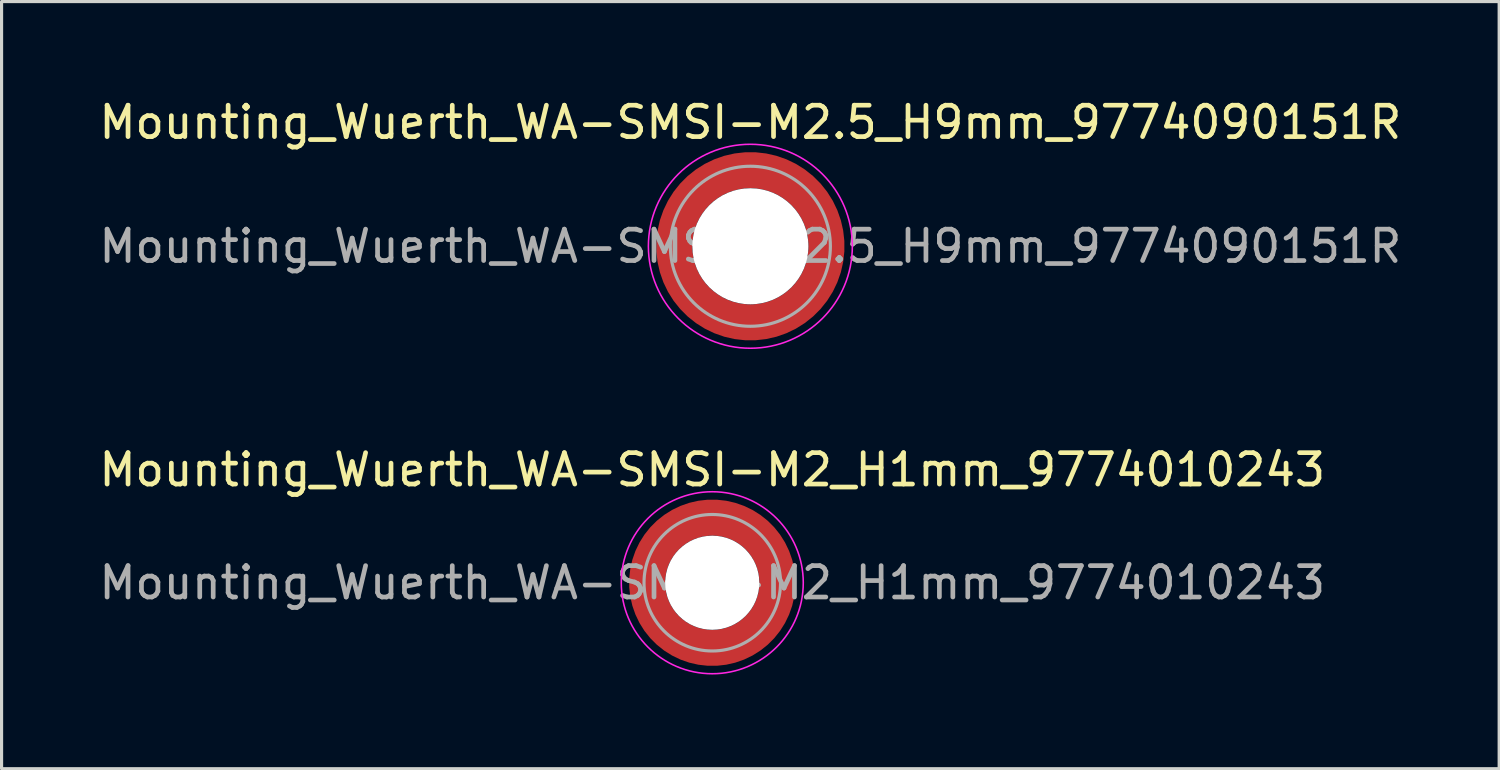
<source format=kicad_pcb>
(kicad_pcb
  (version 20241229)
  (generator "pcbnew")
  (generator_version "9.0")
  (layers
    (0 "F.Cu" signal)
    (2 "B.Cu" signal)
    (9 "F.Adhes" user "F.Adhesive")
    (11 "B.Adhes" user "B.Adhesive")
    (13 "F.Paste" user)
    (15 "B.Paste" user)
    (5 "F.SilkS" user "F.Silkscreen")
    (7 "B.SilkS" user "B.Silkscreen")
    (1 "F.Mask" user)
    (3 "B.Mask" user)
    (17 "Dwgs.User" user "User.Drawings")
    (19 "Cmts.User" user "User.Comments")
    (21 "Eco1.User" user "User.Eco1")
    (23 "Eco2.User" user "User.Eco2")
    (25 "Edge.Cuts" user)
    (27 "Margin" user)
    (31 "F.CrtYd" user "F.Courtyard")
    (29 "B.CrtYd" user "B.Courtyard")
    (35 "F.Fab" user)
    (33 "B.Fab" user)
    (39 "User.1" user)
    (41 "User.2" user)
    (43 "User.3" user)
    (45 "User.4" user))
  (footprint "Mounting_Wuerth_WA-SMSI-M2.5_H9mm_9774090151R"
    (layer "F.Cu")
    (at 20.863 4.798)
    (property "Reference" "Mounting_Wuerth_WA-SMSI-M2.5_H9mm_9774090151R" (at 0 -3.95 0) (layer "F.SilkS") (effects (font (size 1 1) (thickness 0.15))))
    (attr smd allow_soldermask_bridges)
    (fp_circle (center 0 0) (end 3.25 0) (stroke (width 0.05) (type solid)) (fill no) (layer "F.CrtYd"))
    (fp_circle (center 0 0) (end 2.55 0) (stroke (width 0.1) (type solid)) (fill no) (layer "F.Fab"))
    (fp_text user "${REFERENCE}" (at 0 0 0) (layer "F.Fab") (effects (font (size 1 1) (thickness 0.15))))
    (pad "" smd custom (at -1.704 -1.704) (size 0.51 0.51) (layers "F.Paste") (options (anchor circle)) (primitives (gr_arc (start -0.250195 1.279127) (mid 0.289914 0.289914) (end 1.279127 -0.250195) (width 0.2)) (gr_arc (start -0.34334 1.279127) (mid 0.225488 0.225488) (end 1.279127 -0.34334) (width 0.2)) (gr_arc (start -0.436309 1.279127) (mid 0.161063 0.161063) (end 1.279127 -0.436309) (width 0.2)) (gr_arc (start -0.529126 1.279127) (mid 0.096638 0.096638) (end 1.279127 -0.529126) (width 0.2)) (gr_arc (start -0.621807 1.279127) (mid 0.032213 0.032213) (end 1.279127 -0.621807) (width 0.2)) (gr_arc (start -0.71437 1.279127) (mid -0.032213 -0.032213) (end 1.279127 -0.71437) (width 0.2)) (gr_arc (start -0.806826 1.279127) (mid -0.096638 -0.096638) (end 1.279127 -0.806826) (width 0.2)) (gr_arc (start -0.899187 1.279127) (mid -0.161063 -0.161063) (end 1.279127 -0.899187) (width 0.2)) (gr_arc (start -0.991463 1.279127) (mid -0.225488 -0.225488) (end 1.279127 -0.991463) (width 0.2)) (gr_arc (start -1.083663 1.279127) (mid -0.289914 -0.289914) (end 1.279127 -1.083663) (width 0.2)) (gr_line (start 1.279 -0.25) (end 1.279 -1.084) (width 0.2)) (gr_line (start -0.25 1.279) (end -1.084 1.279) (width 0.2))))
    (pad "" smd custom (at -1.704 1.704) (size 0.51 0.51) (layers "F.Paste") (options (anchor circle)) (primitives (gr_arc (start 1.279127 0.250195) (mid 0.289914 -0.289914) (end -0.250195 -1.279127) (width 0.2)) (gr_arc (start 1.279127 0.34334) (mid 0.225488 -0.225488) (end -0.34334 -1.279127) (width 0.2)) (gr_arc (start 1.279127 0.436309) (mid 0.161063 -0.161063) (end -0.436309 -1.279127) (width 0.2)) (gr_arc (start 1.279127 0.529126) (mid 0.096638 -0.096638) (end -0.529126 -1.279127) (width 0.2)) (gr_arc (start 1.279127 0.621807) (mid 0.032213 -0.032213) (end -0.621807 -1.279127) (width 0.2)) (gr_arc (start 1.279127 0.71437) (mid -0.032213 0.032213) (end -0.71437 -1.279127) (width 0.2)) (gr_arc (start 1.279127 0.806826) (mid -0.096638 0.096638) (end -0.806826 -1.279127) (width 0.2)) (gr_arc (start 1.279127 0.899187) (mid -0.161063 0.161063) (end -0.899187 -1.279127) (width 0.2)) (gr_arc (start 1.279127 0.991463) (mid -0.225488 0.225488) (end -0.991463 -1.279127) (width 0.2)) (gr_arc (start 1.279127 1.083663) (mid -0.289914 0.289914) (end -1.083663 -1.279127) (width 0.2)) (gr_line (start -0.25 -1.279) (end -1.084 -1.279) (width 0.2)) (gr_line (start 1.279 0.25) (end 1.279 1.084) (width 0.2))))
    (pad "" np_thru_hole circle (at 0 0) (size 3.7 3.7) (drill 3.7) (layers "*.Cu" "*.Mask"))
    (pad "" smd custom (at 1.704 -1.704) (size 0.51 0.51) (layers "F.Paste") (options (anchor circle)) (primitives (gr_arc (start -1.279127 -0.250195) (mid -0.289914 0.289914) (end 0.250195 1.279127) (width 0.2)) (gr_arc (start -1.279127 -0.34334) (mid -0.225488 0.225488) (end 0.34334 1.279127) (width 0.2)) (gr_arc (start -1.279127 -0.436309) (mid -0.161063 0.161063) (end 0.436309 1.279127) (width 0.2)) (gr_arc (start -1.279127 -0.529126) (mid -0.096638 0.096638) (end 0.529126 1.279127) (width 0.2)) (gr_arc (start -1.279127 -0.621807) (mid -0.032213 0.032213) (end 0.621807 1.279127) (width 0.2)) (gr_arc (start -1.279127 -0.71437) (mid 0.032213 -0.032213) (end 0.71437 1.279127) (width 0.2)) (gr_arc (start -1.279127 -0.806826) (mid 0.096638 -0.096638) (end 0.806826 1.279127) (width 0.2)) (gr_arc (start -1.279127 -0.899187) (mid 0.161063 -0.161063) (end 0.899187 1.279127) (width 0.2)) (gr_arc (start -1.279127 -0.991463) (mid 0.225488 -0.225488) (end 0.991463 1.279127) (width 0.2)) (gr_arc (start -1.279127 -1.083663) (mid 0.289914 -0.289914) (end 1.083663 1.279127) (width 0.2)) (gr_line (start 0.25 1.279) (end 1.084 1.279) (width 0.2)) (gr_line (start -1.279 -0.25) (end -1.279 -1.084) (width 0.2))))
    (pad "" smd custom (at 1.704 1.704) (size 0.51 0.51) (layers "F.Paste") (options (anchor circle)) (primitives (gr_arc (start 0.250195 -1.279127) (mid -0.289914 -0.289914) (end -1.279127 0.250195) (width 0.2)) (gr_arc (start 0.34334 -1.279127) (mid -0.225488 -0.225488) (end -1.279127 0.34334) (width 0.2)) (gr_arc (start 0.436309 -1.279127) (mid -0.161063 -0.161063) (end -1.279127 0.436309) (width 0.2)) (gr_arc (start 0.529126 -1.279127) (mid -0.096638 -0.096638) (end -1.279127 0.529126) (width 0.2)) (gr_arc (start 0.621807 -1.279127) (mid -0.032213 -0.032213) (end -1.279127 0.621807) (width 0.2)) (gr_arc (start 0.71437 -1.279127) (mid 0.032213 0.032213) (end -1.279127 0.71437) (width 0.2)) (gr_arc (start 0.806826 -1.279127) (mid 0.096638 0.096638) (end -1.279127 0.806826) (width 0.2)) (gr_arc (start 0.899187 -1.279127) (mid 0.161063 0.161063) (end -1.279127 0.899187) (width 0.2)) (gr_arc (start 0.991463 -1.279127) (mid 0.225488 0.225488) (end -1.279127 0.991463) (width 0.2)) (gr_arc (start 1.083663 -1.279127) (mid 0.289914 0.289914) (end -1.279127 1.083663) (width 0.2)) (gr_line (start -1.279 0.25) (end -1.279 1.084) (width 0.2)) (gr_line (start 0.25 -1.279) (end 1.084 -1.279) (width 0.2))))
    (pad "1" smd circle (at -2.425 0) (size 0.642 0.642) (layers "F.Cu"))
    (pad "1" smd circle (at 0 -2.425) (size 0.642 0.642) (layers "F.Cu"))
    (pad "1" smd circle (at 0 2.425) (size 0.642 0.642) (layers "F.Cu"))
    (pad "1" smd custom (at 2.425 0) (size 1.15 1.15) (layers "F.Cu" "F.Mask") (options (anchor circle)) (primitives (gr_circle (center -2.425 0) (end 0 0) (width 1.15) (fill no)))))
  (footprint "Mounting_Wuerth_WA-SMSI-M2_H1mm_9774010243"
    (layer "F.Cu")
    (at 19.649 15.521)
    (property "Reference" "Mounting_Wuerth_WA-SMSI-M2_H1mm_9774010243" (at 0 -3.6 0) (layer "F.SilkS") (effects (font (size 1 1) (thickness 0.15))))
    (attr smd allow_soldermask_bridges)
    (fp_circle (center 0 0) (end 2.9 0) (stroke (width 0.05) (type solid)) (fill no) (layer "F.CrtYd"))
    (fp_circle (center 0 0) (end 2.175 0) (stroke (width 0.1) (type solid)) (fill no) (layer "F.Fab"))
    (fp_text user "${REFERENCE}" (at 0 0 0) (layer "F.Fab") (effects (font (size 1 1) (thickness 0.15))))
    (pad "" smd custom (at -1.453 -1.453) (size 0.505 0.505) (layers "F.Paste") (options (anchor circle)) (primitives (gr_arc (start -0.147677 1.053104) (mid 0.286378 0.286378) (end 1.053104 -0.147677) (width 0.2)) (gr_arc (start -0.240295 1.053104) (mid 0.222739 0.222739) (end 1.053104 -0.240295) (width 0.2)) (gr_arc (start -0.332645 1.053104) (mid 0.159099 0.159099) (end 1.053104 -0.332645) (width 0.2)) (gr_arc (start -0.424767 1.053104) (mid 0.095459 0.095459) (end 1.053104 -0.424767) (width 0.2)) (gr_arc (start -0.516693 1.053104) (mid 0.03182 0.03182) (end 1.053104 -0.516693) (width 0.2)) (gr_arc (start -0.608448 1.053104) (mid -0.03182 -0.03182) (end 1.053104 -0.608448) (width 0.2)) (gr_arc (start -0.700056 1.053104) (mid -0.095459 -0.095459) (end 1.053104 -0.700056) (width 0.2)) (gr_arc (start -0.791534 1.053104) (mid -0.159099 -0.159099) (end 1.053104 -0.791534) (width 0.2)) (gr_arc (start -0.882896 1.053104) (mid -0.222739 -0.222739) (end 1.053104 -0.882896) (width 0.2)) (gr_arc (start -0.974157 1.053104) (mid -0.286378 -0.286378) (end 1.053104 -0.974157) (width 0.2)) (gr_line (start 1.053 -0.148) (end 1.053 -0.974) (width 0.2)) (gr_line (start -0.148 1.053) (end -0.974 1.053) (width 0.2))))
    (pad "" smd custom (at -1.453 1.453) (size 0.505 0.505) (layers "F.Paste") (options (anchor circle)) (primitives (gr_arc (start 1.053104 0.147677) (mid 0.286378 -0.286378) (end -0.147677 -1.053104) (width 0.2)) (gr_arc (start 1.053104 0.240295) (mid 0.222739 -0.222739) (end -0.240295 -1.053104) (width 0.2)) (gr_arc (start 1.053104 0.332645) (mid 0.159099 -0.159099) (end -0.332645 -1.053104) (width 0.2)) (gr_arc (start 1.053104 0.424767) (mid 0.095459 -0.095459) (end -0.424767 -1.053104) (width 0.2)) (gr_arc (start 1.053104 0.516693) (mid 0.03182 -0.03182) (end -0.516693 -1.053104) (width 0.2)) (gr_arc (start 1.053104 0.608448) (mid -0.03182 0.03182) (end -0.608448 -1.053104) (width 0.2)) (gr_arc (start 1.053104 0.700056) (mid -0.095459 0.095459) (end -0.700056 -1.053104) (width 0.2)) (gr_arc (start 1.053104 0.791534) (mid -0.159099 0.159099) (end -0.791534 -1.053104) (width 0.2)) (gr_arc (start 1.053104 0.882896) (mid -0.222739 0.222739) (end -0.882896 -1.053104) (width 0.2)) (gr_arc (start 1.053104 0.974157) (mid -0.286378 0.286378) (end -0.974157 -1.053104) (width 0.2)) (gr_line (start -0.148 -1.053) (end -0.974 -1.053) (width 0.2)) (gr_line (start 1.053 0.148) (end 1.053 0.974) (width 0.2))))
    (pad "" np_thru_hole circle (at 0 0) (size 3 3) (drill 3) (layers "*.Cu" "*.Mask"))
    (pad "" smd custom (at 1.453 -1.453) (size 0.505 0.505) (layers "F.Paste") (options (anchor circle)) (primitives (gr_arc (start -1.053104 -0.147677) (mid -0.286378 0.286378) (end 0.147677 1.053104) (width 0.2)) (gr_arc (start -1.053104 -0.240295) (mid -0.222739 0.222739) (end 0.240295 1.053104) (width 0.2)) (gr_arc (start -1.053104 -0.332645) (mid -0.159099 0.159099) (end 0.332645 1.053104) (width 0.2)) (gr_arc (start -1.053104 -0.424767) (mid -0.095459 0.095459) (end 0.424767 1.053104) (width 0.2)) (gr_arc (start -1.053104 -0.516693) (mid -0.03182 0.03182) (end 0.516693 1.053104) (width 0.2)) (gr_arc (start -1.053104 -0.608448) (mid 0.03182 -0.03182) (end 0.608448 1.053104) (width 0.2)) (gr_arc (start -1.053104 -0.700056) (mid 0.095459 -0.095459) (end 0.700056 1.053104) (width 0.2)) (gr_arc (start -1.053104 -0.791534) (mid 0.159099 -0.159099) (end 0.791534 1.053104) (width 0.2)) (gr_arc (start -1.053104 -0.882896) (mid 0.222739 -0.222739) (end 0.882896 1.053104) (width 0.2)) (gr_arc (start -1.053104 -0.974157) (mid 0.286378 -0.286378) (end 0.974157 1.053104) (width 0.2)) (gr_line (start 0.148 1.053) (end 0.974 1.053) (width 0.2)) (gr_line (start -1.053 -0.148) (end -1.053 -0.974) (width 0.2))))
    (pad "" smd custom (at 1.453 1.453) (size 0.505 0.505) (layers "F.Paste") (options (anchor circle)) (primitives (gr_arc (start 0.147677 -1.053104) (mid -0.286378 -0.286378) (end -1.053104 0.147677) (width 0.2)) (gr_arc (start 0.240295 -1.053104) (mid -0.222739 -0.222739) (end -1.053104 0.240295) (width 0.2)) (gr_arc (start 0.332645 -1.053104) (mid -0.159099 -0.159099) (end -1.053104 0.332645) (width 0.2)) (gr_arc (start 0.424767 -1.053104) (mid -0.095459 -0.095459) (end -1.053104 0.424767) (width 0.2)) (gr_arc (start 0.516693 -1.053104) (mid -0.03182 -0.03182) (end -1.053104 0.516693) (width 0.2)) (gr_arc (start 0.608448 -1.053104) (mid 0.03182 0.03182) (end -1.053104 0.608448) (width 0.2)) (gr_arc (start 0.700056 -1.053104) (mid 0.095459 0.095459) (end -1.053104 0.700056) (width 0.2)) (gr_arc (start 0.791534 -1.053104) (mid 0.159099 0.159099) (end -1.053104 0.791534) (width 0.2)) (gr_arc (start 0.882896 -1.053104) (mid 0.222739 0.222739) (end -1.053104 0.882896) (width 0.2)) (gr_arc (start 0.974157 -1.053104) (mid 0.286378 0.286378) (end -1.053104 0.974157) (width 0.2)) (gr_line (start -1.053 0.148) (end -1.053 0.974) (width 0.2)) (gr_line (start 0.148 -1.053) (end 0.974 -1.053) (width 0.2))))
    (pad "1" smd circle (at -2.075 0) (size 0.642 0.642) (layers "F.Cu"))
    (pad "1" smd circle (at 0 -2.075) (size 0.642 0.642) (layers "F.Cu"))
    (pad "1" smd circle (at 0 2.075) (size 0.642 0.642) (layers "F.Cu"))
    (pad "1" smd custom (at 2.075 0) (size 1.15 1.15) (layers "F.Cu" "F.Mask") (options (anchor circle)) (primitives (gr_circle (center -2.075 0) (end 0 0) (width 1.15) (fill no)))))
  (gr_rect
    (start -3 -3)
    (end 44.726 21.447)
    (stroke (width 0.1) (type default))
    (fill no)
    (layer "Edge.Cuts")))
</source>
